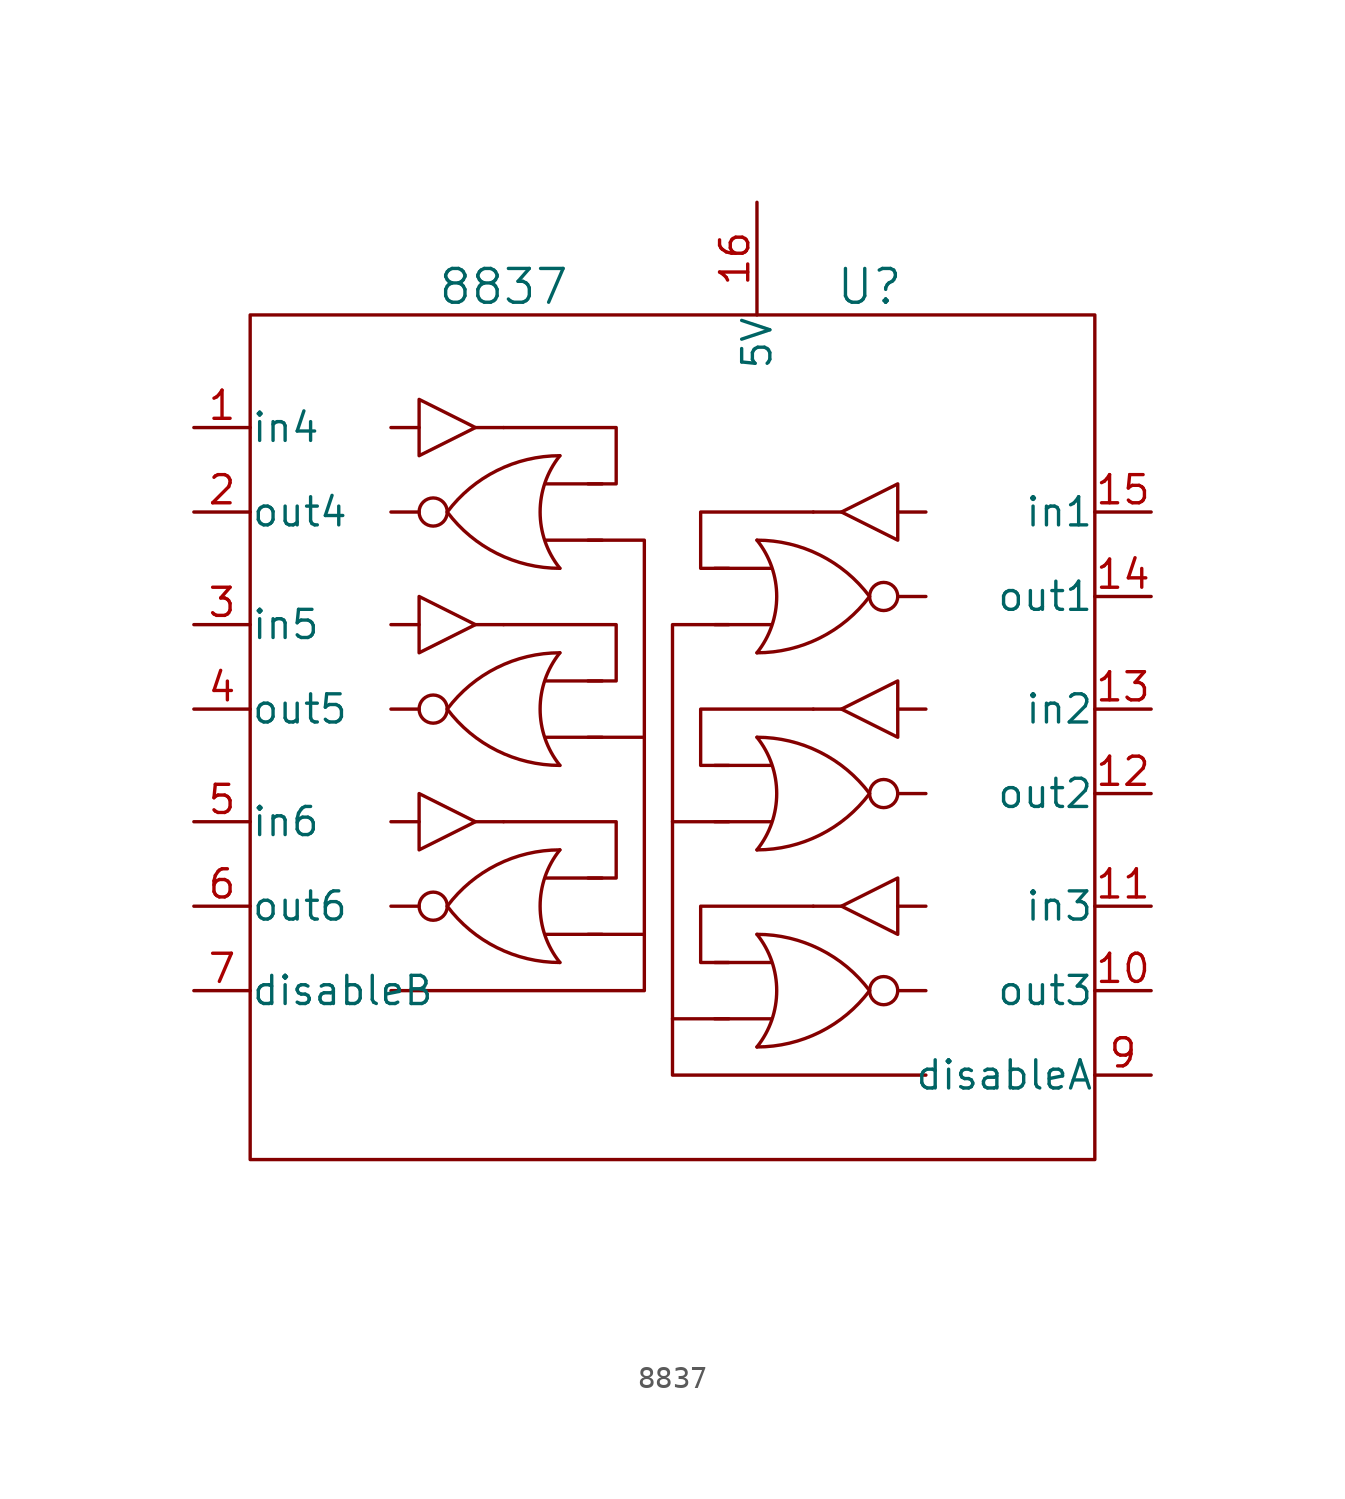
<source format=kicad_sym>
(kicad_symbol_lib
  (version 20220914)
  (generator kicad_symbol_editor)
  (symbol "8837"
    (pin_names
      (offset 0.025))
    (property "Reference" "U"
      (at 10.16 19.05 0)
      (effects (font (size 1.524 1.524))))
    (property "Value" "8837"
      (at -6.35 19.05 0)
      (effects (font (size 1.524 1.524))))
    (property "Footprint" ""
      (at -13.335 13.335 0)
      (effects (font (size 1.524 1.524))))
    (property "Datasheet" ""
      (at -13.335 13.335 0)
      (effects (font (size 1.524 1.524))))
    (symbol "8837_0_1"
      (rectangle (start -17.78 17.78) (end 20.32 -20.32) (stroke (width 0) (type solid)) (fill (type none)))
      (circle (center -9.525 -8.89) (radius 0.635) (stroke (width 0) (type solid)) (fill (type none)))
      (circle (center -9.525 0) (radius 0.635) (stroke (width 0) (type solid)) (fill (type none)))
      (circle (center -9.525 8.89) (radius 0.635) (stroke (width 0) (type solid)) (fill (type none)))
      (arc (start -8.89 -8.89) (mid -6.6498 -10.7596) (end -3.81 -11.43) (stroke (width 0) (type solid)) (fill (type none)))
      (arc (start -8.89 0) (mid -6.6498 -1.8696) (end -3.81 -2.54) (stroke (width 0) (type solid)) (fill (type none)))
      (arc (start -8.89 8.89) (mid -6.6498 7.0204) (end -3.81 6.35) (stroke (width 0) (type solid)) (fill (type none)))
      (arc (start -3.81 -6.35) (mid -6.6498 -7.0204) (end -8.89 -8.89) (stroke (width 0) (type solid)) (fill (type none)))
      (arc (start -3.81 -6.35) (mid -4.701 -8.89) (end -3.81 -11.43) (stroke (width 0) (type solid)) (fill (type none)))
      (arc (start -3.81 2.54) (mid -6.6498 1.8696) (end -8.89 0) (stroke (width 0) (type solid)) (fill (type none)))
      (arc (start -3.81 2.54) (mid -4.701 0) (end -3.81 -2.54) (stroke (width 0) (type solid)) (fill (type none)))
      (arc (start -3.81 11.43) (mid -6.6498 10.7596) (end -8.89 8.89) (stroke (width 0) (type solid)) (fill (type none)))
      (arc (start -3.81 11.43) (mid -4.701 8.89) (end -3.81 6.35) (stroke (width 0) (type solid)) (fill (type none)))
      (polyline (pts (xy -10.16 -8.89) (xy -11.43 -8.89)) (stroke (width 0) (type solid)) (fill (type none)))
      (polyline (pts (xy -10.16 -5.08) (xy -11.43 -5.08)) (stroke (width 0) (type solid)) (fill (type none)))
      (polyline (pts (xy -10.16 0) (xy -11.43 0)) (stroke (width 0) (type solid)) (fill (type none)))
      (polyline (pts (xy -10.16 3.81) (xy -11.43 3.81)) (stroke (width 0) (type solid)) (fill (type none)))
      (polyline (pts (xy -10.16 8.89) (xy -11.43 8.89)) (stroke (width 0) (type solid)) (fill (type none)))
      (polyline (pts (xy -10.16 12.7) (xy -11.43 12.7)) (stroke (width 0) (type solid)) (fill (type none)))
      (polyline (pts (xy -7.62 -5.08) (xy -6.35 -5.08)) (stroke (width 0) (type solid)) (fill (type none)))
      (polyline (pts (xy -7.62 3.81) (xy -6.35 3.81)) (stroke (width 0) (type solid)) (fill (type none)))
      (polyline (pts (xy -7.62 12.7) (xy -6.35 12.7)) (stroke (width 0) (type solid)) (fill (type none)))
      (polyline (pts (xy -1.905 -10.16) (xy -4.445 -10.16)) (stroke (width 0) (type solid)) (fill (type none)))
      (polyline (pts (xy -1.905 -7.62) (xy -4.445 -7.62)) (stroke (width 0) (type solid)) (fill (type none)))
      (polyline (pts (xy -1.905 -1.27) (xy -4.445 -1.27)) (stroke (width 0) (type solid)) (fill (type none)))
      (polyline (pts (xy -1.905 1.27) (xy -4.445 1.27)) (stroke (width 0) (type solid)) (fill (type none)))
      (polyline (pts (xy -1.905 7.62) (xy -4.445 7.62)) (stroke (width 0) (type solid)) (fill (type none)))
      (polyline (pts (xy -1.905 10.16) (xy -4.445 10.16)) (stroke (width 0) (type solid)) (fill (type none)))
      (polyline (pts (xy 3.175 -13.97) (xy 5.715 -13.97)) (stroke (width 0) (type solid)) (fill (type none)))
      (polyline (pts (xy 3.175 -11.43) (xy 5.715 -11.43)) (stroke (width 0) (type solid)) (fill (type none)))
      (polyline (pts (xy 3.175 -5.08) (xy 5.715 -5.08)) (stroke (width 0) (type solid)) (fill (type none)))
      (polyline (pts (xy 3.175 -2.54) (xy 5.715 -2.54)) (stroke (width 0) (type solid)) (fill (type none)))
      (polyline (pts (xy 3.175 3.81) (xy 5.715 3.81)) (stroke (width 0) (type solid)) (fill (type none)))
      (polyline (pts (xy 3.175 6.35) (xy 5.715 6.35)) (stroke (width 0) (type solid)) (fill (type none)))
      (polyline (pts (xy 8.89 -8.89) (xy 7.62 -8.89)) (stroke (width 0) (type solid)) (fill (type none)))
      (polyline (pts (xy 8.89 0) (xy 7.62 0)) (stroke (width 0) (type solid)) (fill (type none)))
      (polyline (pts (xy 8.89 8.89) (xy 7.62 8.89)) (stroke (width 0) (type solid)) (fill (type none)))
      (polyline (pts (xy 11.43 -12.7) (xy 12.7 -12.7)) (stroke (width 0) (type solid)) (fill (type none)))
      (polyline (pts (xy 11.43 -8.89) (xy 12.7 -8.89)) (stroke (width 0) (type solid)) (fill (type none)))
      (polyline (pts (xy 11.43 -3.81) (xy 12.7 -3.81)) (stroke (width 0) (type solid)) (fill (type none)))
      (polyline (pts (xy 11.43 0) (xy 12.7 0)) (stroke (width 0) (type solid)) (fill (type none)))
      (polyline (pts (xy 11.43 5.08) (xy 12.7 5.08)) (stroke (width 0) (type solid)) (fill (type none)))
      (polyline (pts (xy 11.43 8.89) (xy 12.7 8.89)) (stroke (width 0) (type solid)) (fill (type none)))
      (polyline (pts (xy 0 -10.16) (xy 0 -1.27) (xy -2.54 -1.27)) (stroke (width 0) (type solid)) (fill (type none)))
      (polyline (pts (xy 0 -1.27) (xy 0 7.62) (xy -2.54 7.62)) (stroke (width 0) (type solid)) (fill (type none)))
      (polyline (pts (xy 1.27 -13.97) (xy 1.27 -5.08) (xy 3.81 -5.08)) (stroke (width 0) (type solid)) (fill (type none)))
      (polyline (pts (xy 1.27 -5.08) (xy 1.27 3.81) (xy 3.81 3.81)) (stroke (width 0) (type solid)) (fill (type none)))
      (polyline (pts (xy -10.16 -3.81) (xy -10.16 -6.35) (xy -7.62 -5.08) (xy -10.16 -3.81)) (stroke (width 0) (type solid)) (fill (type none)))
      (polyline (pts (xy -10.16 5.08) (xy -10.16 2.54) (xy -7.62 3.81) (xy -10.16 5.08)) (stroke (width 0) (type solid)) (fill (type none)))
      (polyline (pts (xy -10.16 13.97) (xy -10.16 11.43) (xy -7.62 12.7) (xy -10.16 13.97)) (stroke (width 0) (type solid)) (fill (type none)))
      (polyline (pts (xy -6.35 -5.08) (xy -1.27 -5.08) (xy -1.27 -7.62) (xy -2.54 -7.62)) (stroke (width 0) (type solid)) (fill (type none)))
      (polyline (pts (xy -6.35 3.81) (xy -1.27 3.81) (xy -1.27 1.27) (xy -2.54 1.27)) (stroke (width 0) (type solid)) (fill (type none)))
      (polyline (pts (xy -6.35 12.7) (xy -1.27 12.7) (xy -1.27 10.16) (xy -2.54 10.16)) (stroke (width 0) (type solid)) (fill (type none)))
      (polyline (pts (xy 7.62 -8.89) (xy 2.54 -8.89) (xy 2.54 -11.43) (xy 3.81 -11.43)) (stroke (width 0) (type solid)) (fill (type none)))
      (polyline (pts (xy 7.62 0) (xy 2.54 0) (xy 2.54 -2.54) (xy 3.81 -2.54)) (stroke (width 0) (type solid)) (fill (type none)))
      (polyline (pts (xy 7.62 8.89) (xy 2.54 8.89) (xy 2.54 6.35) (xy 3.81 6.35)) (stroke (width 0) (type solid)) (fill (type none)))
      (polyline (pts (xy 11.43 -7.62) (xy 11.43 -10.16) (xy 8.89 -8.89) (xy 11.43 -7.62)) (stroke (width 0) (type solid)) (fill (type none)))
      (polyline (pts (xy 11.43 1.27) (xy 11.43 -1.27) (xy 8.89 0) (xy 11.43 1.27)) (stroke (width 0) (type solid)) (fill (type none)))
      (polyline (pts (xy 11.43 10.16) (xy 11.43 7.62) (xy 8.89 8.89) (xy 11.43 10.16)) (stroke (width 0) (type solid)) (fill (type none)))
      (polyline (pts (xy 12.7 -16.51) (xy 1.27 -16.51) (xy 1.27 -13.97) (xy 3.81 -13.97)) (stroke (width 0) (type solid)) (fill (type none)))
      (polyline (pts (xy -11.43 -12.7) (xy 0 -12.7) (xy 0 -10.16) (xy -1.27 -10.16) (xy -2.54 -10.16)) (stroke (width 0) (type solid)) (fill (type none)))
      (arc (start 5.08 -15.24) (mid 5.971 -12.7) (end 5.08 -10.16) (stroke (width 0) (type solid)) (fill (type none)))
      (arc (start 5.08 -15.24) (mid 7.9198 -14.5696) (end 10.16 -12.7) (stroke (width 0) (type solid)) (fill (type none)))
      (arc (start 5.08 -6.35) (mid 5.971 -3.81) (end 5.08 -1.27) (stroke (width 0) (type solid)) (fill (type none)))
      (arc (start 5.08 -6.35) (mid 7.9198 -5.6796) (end 10.16 -3.81) (stroke (width 0) (type solid)) (fill (type none)))
      (arc (start 5.08 2.54) (mid 5.971 5.08) (end 5.08 7.62) (stroke (width 0) (type solid)) (fill (type none)))
      (arc (start 5.08 2.54) (mid 7.9198 3.2104) (end 10.16 5.08) (stroke (width 0) (type solid)) (fill (type none)))
      (arc (start 10.16 -12.7) (mid 7.9198 -10.8304) (end 5.08 -10.16) (stroke (width 0) (type solid)) (fill (type none)))
      (arc (start 10.16 -3.81) (mid 7.9198 -1.9404) (end 5.08 -1.27) (stroke (width 0) (type solid)) (fill (type none)))
      (arc (start 10.16 5.08) (mid 7.9198 6.9496) (end 5.08 7.62) (stroke (width 0) (type solid)) (fill (type none)))
      (circle (center 10.795 -12.7) (radius 0.635) (stroke (width 0) (type solid)) (fill (type none)))
      (circle (center 10.795 -3.81) (radius 0.635) (stroke (width 0) (type solid)) (fill (type none)))
      (circle (center 10.795 5.08) (radius 0.635) (stroke (width 0) (type solid)) (fill (type none)))
      (pin input line (at -20.32 12.7 0) (length 2.54) (name "in4" (effects (font (size 1.27 1.27)))) (number "1" (effects (font (size 1.27 1.27)))))
      (pin output line (at 22.86 -12.7 180) (length 2.54) (name "out3" (effects (font (size 1.27 1.27)))) (number "10" (effects (font (size 1.27 1.27)))))
      (pin input line (at 22.86 -8.89 180) (length 2.54) (name "in3" (effects (font (size 1.27 1.27)))) (number "11" (effects (font (size 1.27 1.27)))))
      (pin output line (at 22.86 -3.81 180) (length 2.54) (name "out2" (effects (font (size 1.27 1.27)))) (number "12" (effects (font (size 1.27 1.27)))))
      (pin input line (at 22.86 0 180) (length 2.54) (name "in2" (effects (font (size 1.27 1.27)))) (number "13" (effects (font (size 1.27 1.27)))))
      (pin output line (at 22.86 5.08 180) (length 2.54) (name "out1" (effects (font (size 1.27 1.27)))) (number "14" (effects (font (size 1.27 1.27)))))
      (pin input line (at 22.86 8.89 180) (length 2.54) (name "in1" (effects (font (size 1.27 1.27)))) (number "15" (effects (font (size 1.27 1.27)))))
      (pin output line (at -20.32 8.89 0) (length 2.54) (name "out4" (effects (font (size 1.27 1.27)))) (number "2" (effects (font (size 1.27 1.27)))))
      (pin input line (at -20.32 3.81 0) (length 2.54) (name "in5" (effects (font (size 1.27 1.27)))) (number "3" (effects (font (size 1.27 1.27)))))
      (pin output line (at -20.32 0 0) (length 2.54) (name "out5" (effects (font (size 1.27 1.27)))) (number "4" (effects (font (size 1.27 1.27)))))
      (pin input line (at -20.32 -5.08 0) (length 2.54) (name "in6" (effects (font (size 1.27 1.27)))) (number "5" (effects (font (size 1.27 1.27)))))
      (pin output line (at -20.32 -8.89 0) (length 2.54) (name "out6" (effects (font (size 1.27 1.27)))) (number "6" (effects (font (size 1.27 1.27)))))
      (pin input line (at -20.32 -12.7 0) (length 2.54) (name "disableB" (effects (font (size 1.27 1.27)))) (number "7" (effects (font (size 1.27 1.27)))))
      (pin input line (at 22.86 -16.51 180) (length 2.54) (name "disableA" (effects (font (size 1.27 1.27)))) (number "9" (effects (font (size 1.27 1.27))))))
    (symbol "8837_1_1"
      (pin power_in line (at 5.08 22.86 270) (length 5.08) (name "5V" (effects (font (size 1.27 1.27)))) (number "16" (effects (font (size 1.27 1.27)))))
      (pin power_in line (at 7.62 -24.13 90) (length 0) hide (name "GND" (effects (font (size 1.27 1.27)))) (number "8" (effects (font (size 1.27 1.27))))))))
</source>
